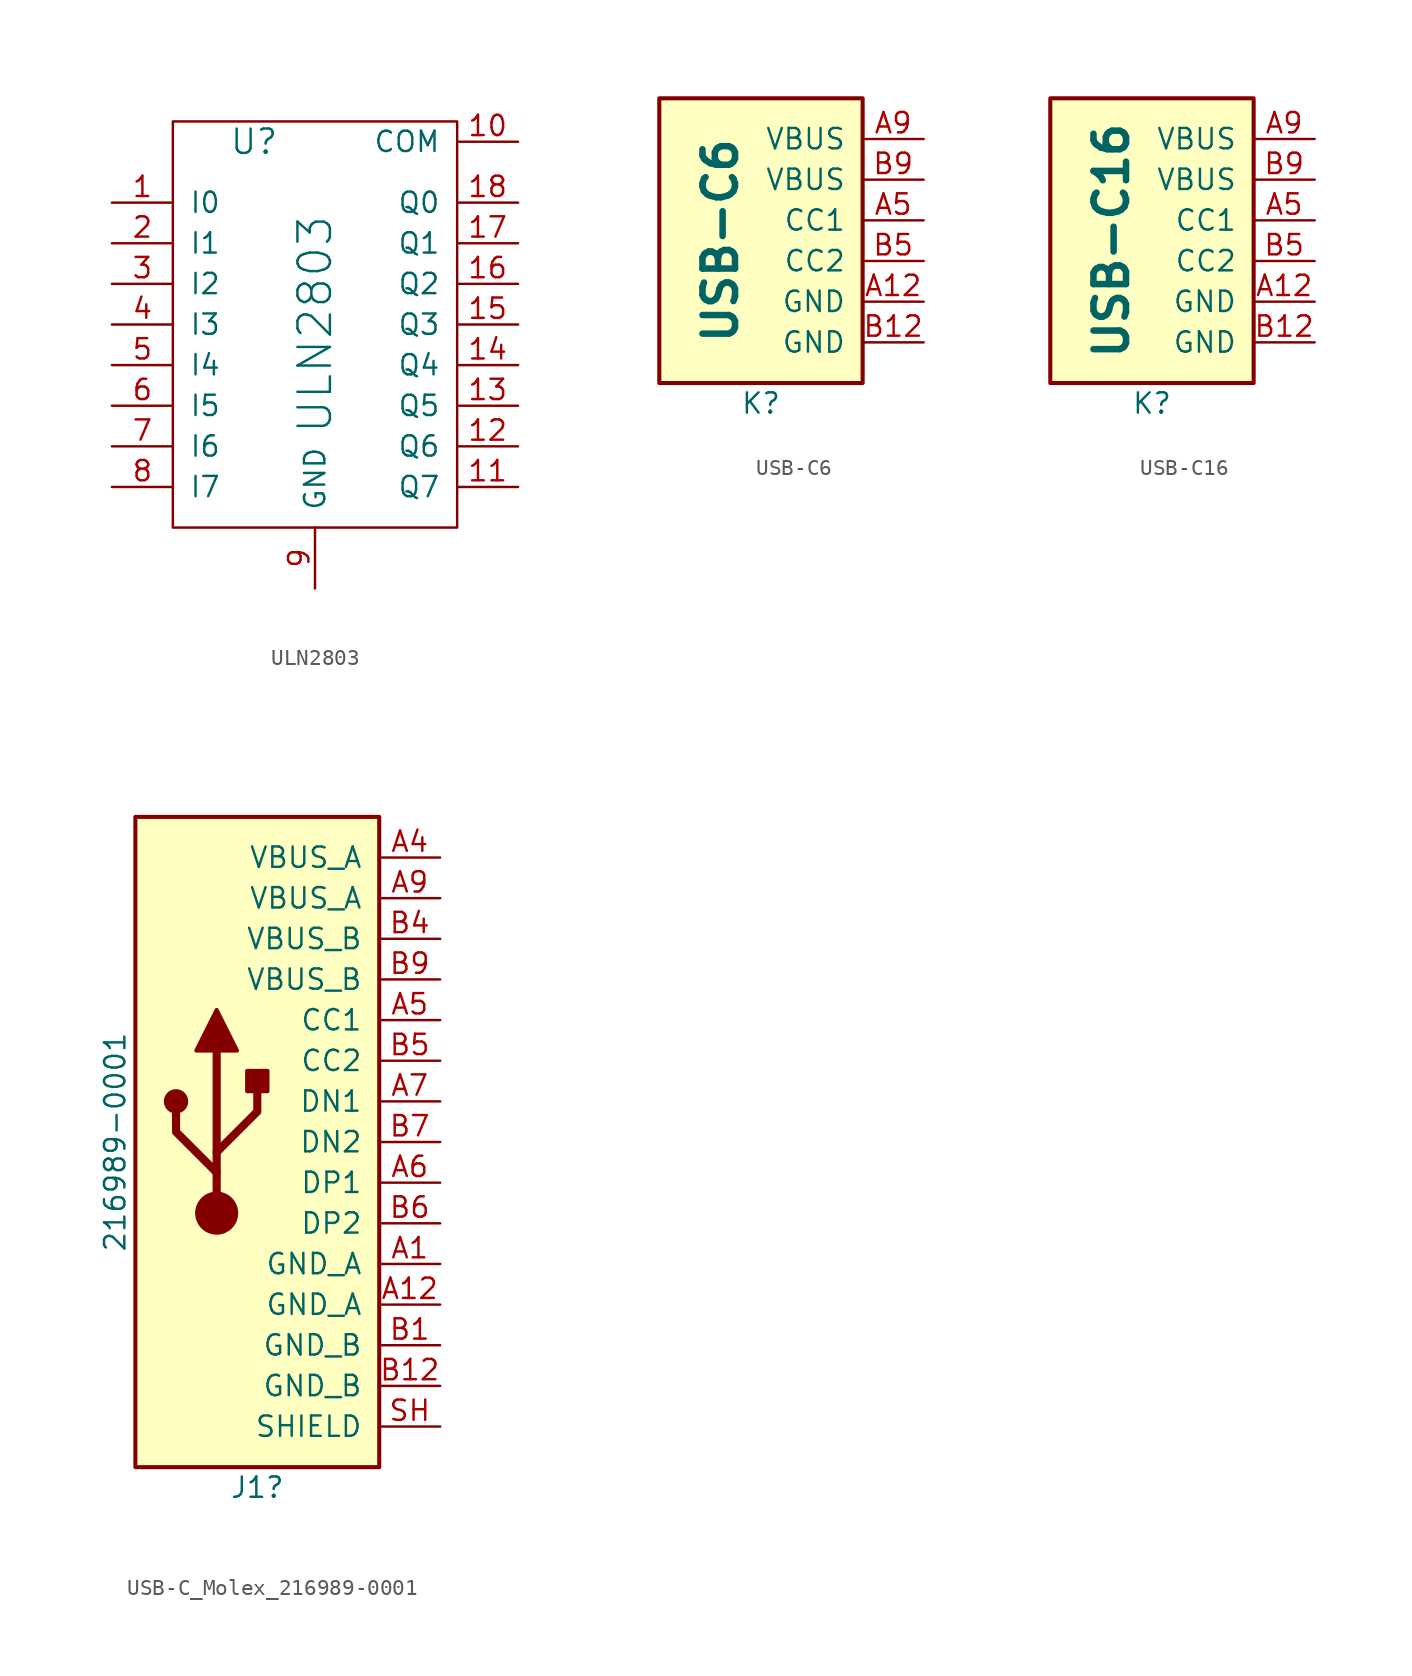
<source format=kicad_sym>
(kicad_symbol_lib
  (version 20231120)
  (generator "kicad_symbol_editor")
  (generator_version "8.0")
  (symbol "ULN2803"
    (pin_names
      (offset 1.016))
    (property "Reference" "U"
      (at -3.81 11.43 0)
      (effects (font (size 1.524 1.524))))
    (property "Value" "ULN2803"
      (at 0 0 90)
      (effects (font (size 2.032 2.032))))
    (property "Footprint" ""
      (at 0 0 0)
      (effects (font (size 1.524 1.524))))
    (property "Datasheet" ""
      (at 0 0 0)
      (effects (font (size 1.524 1.524))))
    (symbol "ULN2803_0_1"
      (rectangle (start 8.89 12.7) (end -8.89 -12.7) (stroke (width 0) (type default)) (fill (type none))))
    (symbol "ULN2803_1_1"
      (pin passive line (at -12.7 7.62 0) (length 3.81) (name "I0" (effects (font (size 1.27 1.27)))) (number "1" (effects (font (size 1.27 1.27)))))
      (pin passive line (at 12.7 11.43 180) (length 3.81) (name "COM" (effects (font (size 1.27 1.27)))) (number "10" (effects (font (size 1.27 1.27)))))
      (pin passive line (at 12.7 -10.16 180) (length 3.81) (name "Q7" (effects (font (size 1.27 1.27)))) (number "11" (effects (font (size 1.27 1.27)))))
      (pin passive line (at 12.7 -7.62 180) (length 3.81) (name "Q6" (effects (font (size 1.27 1.27)))) (number "12" (effects (font (size 1.27 1.27)))))
      (pin passive line (at 12.7 -5.08 180) (length 3.81) (name "Q5" (effects (font (size 1.27 1.27)))) (number "13" (effects (font (size 1.27 1.27)))))
      (pin passive line (at 12.7 -2.54 180) (length 3.81) (name "Q4" (effects (font (size 1.27 1.27)))) (number "14" (effects (font (size 1.27 1.27)))))
      (pin passive line (at 12.7 0 180) (length 3.81) (name "Q3" (effects (font (size 1.27 1.27)))) (number "15" (effects (font (size 1.27 1.27)))))
      (pin passive line (at 12.7 2.54 180) (length 3.81) (name "Q2" (effects (font (size 1.27 1.27)))) (number "16" (effects (font (size 1.27 1.27)))))
      (pin passive line (at 12.7 5.08 180) (length 3.81) (name "Q1" (effects (font (size 1.27 1.27)))) (number "17" (effects (font (size 1.27 1.27)))))
      (pin passive line (at 12.7 7.62 180) (length 3.81) (name "Q0" (effects (font (size 1.27 1.27)))) (number "18" (effects (font (size 1.27 1.27)))))
      (pin passive line (at -12.7 5.08 0) (length 3.81) (name "I1" (effects (font (size 1.27 1.27)))) (number "2" (effects (font (size 1.27 1.27)))))
      (pin passive line (at -12.7 2.54 0) (length 3.81) (name "I2" (effects (font (size 1.27 1.27)))) (number "3" (effects (font (size 1.27 1.27)))))
      (pin passive line (at -12.7 0 0) (length 3.81) (name "I3" (effects (font (size 1.27 1.27)))) (number "4" (effects (font (size 1.27 1.27)))))
      (pin passive line (at -12.7 -2.54 0) (length 3.81) (name "I4" (effects (font (size 1.27 1.27)))) (number "5" (effects (font (size 1.27 1.27)))))
      (pin passive line (at -12.7 -5.08 0) (length 3.81) (name "I5" (effects (font (size 1.27 1.27)))) (number "6" (effects (font (size 1.27 1.27)))))
      (pin passive line (at -12.7 -7.62 0) (length 3.81) (name "I6" (effects (font (size 1.27 1.27)))) (number "7" (effects (font (size 1.27 1.27)))))
      (pin passive line (at -12.7 -10.16 0) (length 3.81) (name "I7" (effects (font (size 1.27 1.27)))) (number "8" (effects (font (size 1.27 1.27)))))
      (pin power_in line (at 0 -16.51 90) (length 3.81) (name "GND" (effects (font (size 1.27 1.27)))) (number "9" (effects (font (size 1.27 1.27)))))))
  (symbol "USB-C6"
    (pin_names
      (offset 1.016))
    (property "Reference" "K"
      (at 0 -10.16 0)
      (effects (font (size 1.27 1.27))))
    (property "Value" "USB-C6"
      (at -2.54 0 90)
      (effects (font (size 2.032 2.032) (bold yes))))
    (symbol "USB-C6_0_1"
      (rectangle (start 6.35 8.89) (end -6.35 -8.89) (stroke (width 0.254) (type default)) (fill (type background))))
    (symbol "USB-C6_1_1"
      (pin passive line (at 10.16 -3.81 180) (length 3.81) (name "GND" (effects (font (size 1.27 1.27)))) (number "A12" (effects (font (size 1.27 1.27)))))
      (pin passive line (at 10.16 1.27 180) (length 3.81) (name "CC1" (effects (font (size 1.27 1.27)))) (number "A5" (effects (font (size 1.27 1.27)))))
      (pin passive line (at 10.16 6.35 180) (length 3.81) (name "VBUS" (effects (font (size 1.27 1.27)))) (number "A9" (effects (font (size 1.27 1.27)))))
      (pin passive line (at 10.16 -6.35 180) (length 3.81) (name "GND" (effects (font (size 1.27 1.27)))) (number "B12" (effects (font (size 1.27 1.27)))))
      (pin passive line (at 10.16 -1.27 180) (length 3.81) (name "CC2" (effects (font (size 1.27 1.27)))) (number "B5" (effects (font (size 1.27 1.27)))))
      (pin passive line (at 10.16 3.81 180) (length 3.81) (name "VBUS" (effects (font (size 1.27 1.27)))) (number "B9" (effects (font (size 1.27 1.27)))))))
  (symbol "USB-C16"
    (pin_names
      (offset 1.016))
    (property "Reference" "K"
      (at 0 -10.16 0)
      (effects (font (size 1.27 1.27))))
    (property "Value" "USB-C16"
      (at -2.54 0 90)
      (effects (font (size 2.032 2.032) (bold yes))))
    (symbol "USB-C16_0_1"
      (rectangle (start 6.35 8.89) (end -6.35 -8.89) (stroke (width 0.254) (type default)) (fill (type background))))
    (symbol "USB-C16_1_1"
      (pin passive line (at 10.16 -3.81 180) (length 3.81) (name "GND" (effects (font (size 1.27 1.27)))) (number "A12" (effects (font (size 1.27 1.27)))))
      (pin passive line (at 10.16 1.27 180) (length 3.81) (name "CC1" (effects (font (size 1.27 1.27)))) (number "A5" (effects (font (size 1.27 1.27)))))
      (pin passive line (at 10.16 6.35 180) (length 3.81) (name "VBUS" (effects (font (size 1.27 1.27)))) (number "A9" (effects (font (size 1.27 1.27)))))
      (pin passive line (at 10.16 -6.35 180) (length 3.81) (name "GND" (effects (font (size 1.27 1.27)))) (number "B12" (effects (font (size 1.27 1.27)))))
      (pin passive line (at 10.16 -1.27 180) (length 3.81) (name "CC2" (effects (font (size 1.27 1.27)))) (number "B5" (effects (font (size 1.27 1.27)))))
      (pin passive line (at 10.16 3.81 180) (length 3.81) (name "VBUS" (effects (font (size 1.27 1.27)))) (number "B9" (effects (font (size 1.27 1.27)))))))
  (symbol "USB-C_Molex_216989-0001"
    (pin_names
      (offset 1.016))
    (property "Reference" "J1"
      (at 0 -21.59 0)
      (effects (font (size 1.27 1.27))))
    (property "Value" "216989-0001"
      (at -8.89 0 90)
      (effects (font (size 1.27 1.27))))
    (symbol "USB-C_Molex_216989-0001_0_0"
      (rectangle (start -7.62 20.32) (end 7.62 -20.32) (stroke (width 0.254) (type default)) (fill (type background))))
    (symbol "USB-C_Molex_216989-0001_0_1"
      (circle (center -5.08 2.54) (radius 0.635) (stroke (width 0.254) (type default)) (fill (type outline)))
      (circle (center -2.54 -4.445) (radius 1.27) (stroke (width 0) (type default)) (fill (type outline)))
      (rectangle (start -0.635 3.175) (end 0.635 4.445) (stroke (width 0.254) (type default)) (fill (type outline)))
      (polyline (pts (xy -2.54 -4.445) (xy -2.54 5.715)) (stroke (width 0.508) (type default)) (fill (type none)))
      (polyline (pts (xy -2.54 -1.905) (xy -5.08 0.635) (xy -5.08 1.905)) (stroke (width 0.508) (type default)) (fill (type none)))
      (polyline (pts (xy -2.54 -0.635) (xy 0 1.905) (xy 0 3.175)) (stroke (width 0.508) (type default)) (fill (type none)))
      (polyline (pts (xy -3.81 5.715) (xy -2.54 8.255) (xy -1.27 5.715) (xy -3.81 5.715)) (stroke (width 0.254) (type default)) (fill (type outline))))
    (symbol "USB-C_Molex_216989-0001_1_0"
      (pin passive line (at 11.43 -7.62 180) (length 3.81) (name "GND_A" (effects (font (size 1.27 1.27)))) (number "A1" (effects (font (size 1.27 1.27)))))
      (pin passive line (at 11.43 -10.16 180) (length 3.81) (name "GND_A" (effects (font (size 1.27 1.27)))) (number "A12" (effects (font (size 1.27 1.27)))))
      (pin passive line (at 11.43 17.78 180) (length 3.81) (name "VBUS_A" (effects (font (size 1.27 1.27)))) (number "A4" (effects (font (size 1.27 1.27)))))
      (pin passive line (at 11.43 7.62 180) (length 3.81) (name "CC1" (effects (font (size 1.27 1.27)))) (number "A5" (effects (font (size 1.27 1.27)))))
      (pin passive line (at 11.43 -2.54 180) (length 3.81) (name "DP1" (effects (font (size 1.27 1.27)))) (number "A6" (effects (font (size 1.27 1.27)))))
      (pin passive line (at 11.43 2.54 180) (length 3.81) (name "DN1" (effects (font (size 1.27 1.27)))) (number "A7" (effects (font (size 1.27 1.27)))))
      (pin passive line (at 11.43 15.24 180) (length 3.81) (name "VBUS_A" (effects (font (size 1.27 1.27)))) (number "A9" (effects (font (size 1.27 1.27)))))
      (pin passive line (at 11.43 -12.7 180) (length 3.81) (name "GND_B" (effects (font (size 1.27 1.27)))) (number "B1" (effects (font (size 1.27 1.27)))))
      (pin passive line (at 11.43 -15.24 180) (length 3.81) (name "GND_B" (effects (font (size 1.27 1.27)))) (number "B12" (effects (font (size 1.27 1.27)))))
      (pin passive line (at 11.43 12.7 180) (length 3.81) (name "VBUS_B" (effects (font (size 1.27 1.27)))) (number "B4" (effects (font (size 1.27 1.27)))))
      (pin passive line (at 11.43 5.08 180) (length 3.81) (name "CC2" (effects (font (size 1.27 1.27)))) (number "B5" (effects (font (size 1.27 1.27)))))
      (pin passive line (at 11.43 -5.08 180) (length 3.81) (name "DP2" (effects (font (size 1.27 1.27)))) (number "B6" (effects (font (size 1.27 1.27)))))
      (pin passive line (at 11.43 0 180) (length 3.81) (name "DN2" (effects (font (size 1.27 1.27)))) (number "B7" (effects (font (size 1.27 1.27)))))
      (pin passive line (at 11.43 10.16 180) (length 3.81) (name "VBUS_B" (effects (font (size 1.27 1.27)))) (number "B9" (effects (font (size 1.27 1.27)))))
      (pin passive line (at 11.43 -17.78 180) (length 3.81) (name "SHIELD" (effects (font (size 1.27 1.27)))) (number "SH" (effects (font (size 1.27 1.27))))))))
</source>
